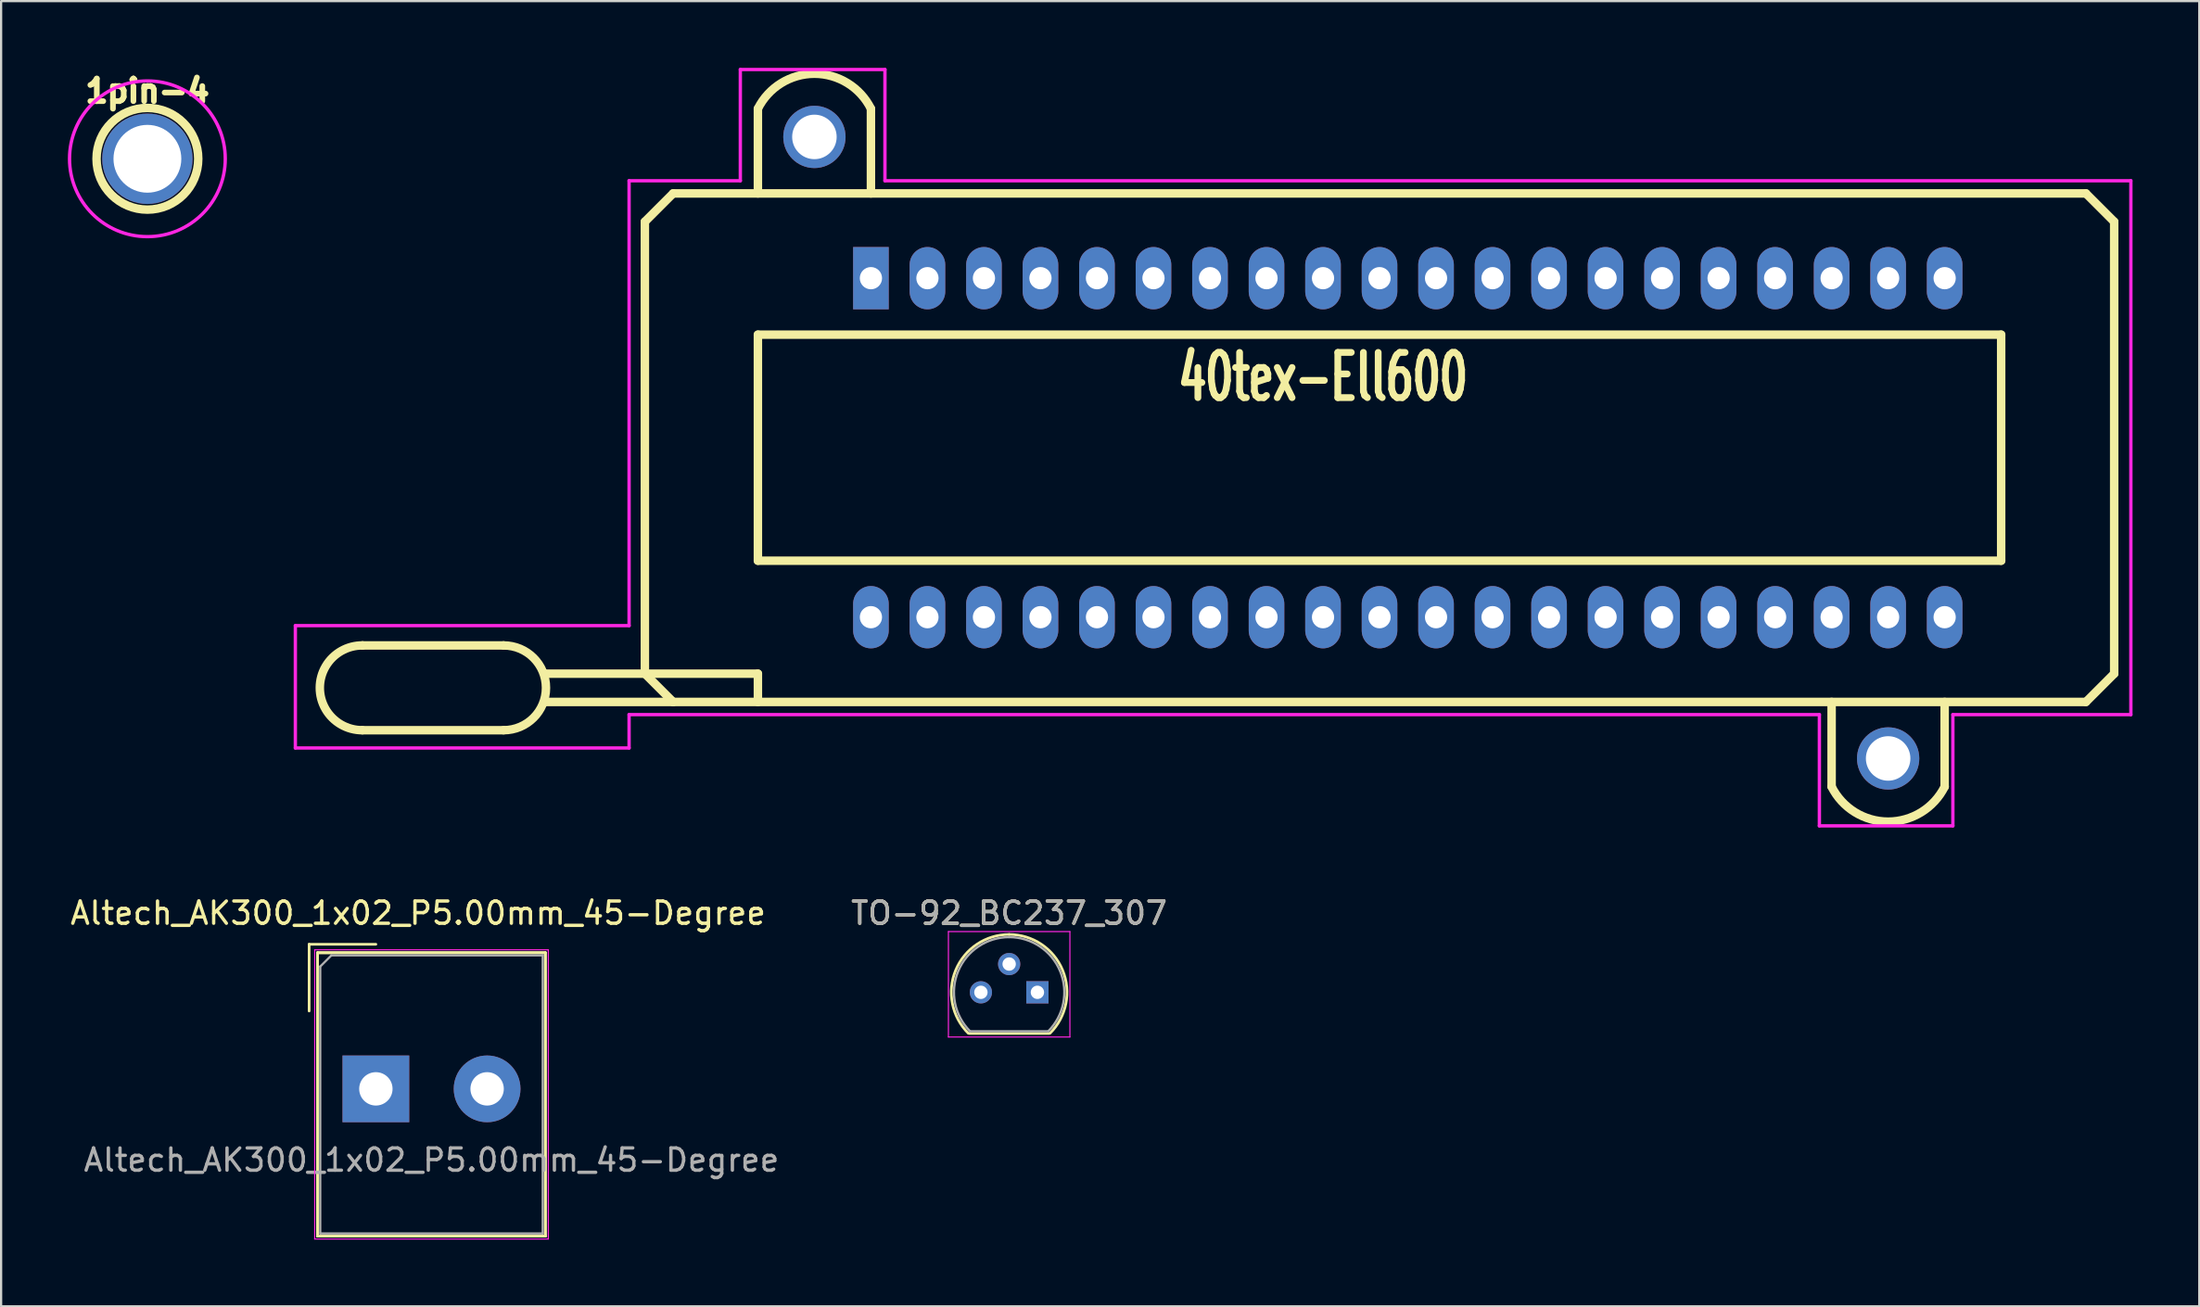
<source format=kicad_pcb>
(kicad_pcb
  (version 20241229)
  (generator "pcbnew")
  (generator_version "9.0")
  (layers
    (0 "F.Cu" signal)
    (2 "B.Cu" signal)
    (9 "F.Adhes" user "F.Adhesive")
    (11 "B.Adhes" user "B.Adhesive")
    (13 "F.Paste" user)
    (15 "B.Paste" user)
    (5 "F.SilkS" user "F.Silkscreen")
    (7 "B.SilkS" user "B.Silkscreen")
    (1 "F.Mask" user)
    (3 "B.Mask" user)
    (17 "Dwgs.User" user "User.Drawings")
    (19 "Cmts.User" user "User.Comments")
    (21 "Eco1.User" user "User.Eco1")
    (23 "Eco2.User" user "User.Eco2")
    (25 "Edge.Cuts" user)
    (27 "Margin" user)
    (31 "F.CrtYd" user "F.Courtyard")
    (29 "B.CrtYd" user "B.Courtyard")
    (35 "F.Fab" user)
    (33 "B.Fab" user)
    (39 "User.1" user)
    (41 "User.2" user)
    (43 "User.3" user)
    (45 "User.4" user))
  (footprint "1pin-4"
    (layer "F.Cu")
    (at 3.575 4.088)
    (property "Reference" "1pin-4" (at 0 -3.048 0) (layer "F.SilkS") (effects (font (size 1.016 1.016) (thickness 0.254))))
    (attr through_hole)
    (fp_circle (center 0 0) (end 0 -2.286) (stroke (width 0.381) (type solid)) (fill no) (layer "F.SilkS"))
    (fp_circle (center 0 0) (end 3.5 0) (stroke (width 0.15) (type solid)) (fill no) (layer "F.CrtYd"))
    (pad "1" thru_hole circle (at 0 0) (size 4.064 4.064) (drill 3.048) (layers "*.Cu" "*.Mask")))
  (footprint "TO-92_BC237_307"
    (layer "F.Cu")
    (at 41.038 41.558)
    (property "Reference" "TO-92_BC237_307" (at 1.27 -3.56 0) (layer "F.SilkS") (effects (font (size 1 1) (thickness 0.15))))
    (attr through_hole)
    (fp_line (start -0.53 1.85) (end 3.07 1.85) (stroke (width 0.12) (type solid)) (layer "F.SilkS"))
    (fp_arc (start -0.568478 1.838478) (mid -1.132087 -0.994977) (end 1.27 -2.6) (stroke (width 0.12) (type solid)) (layer "F.SilkS"))
    (fp_arc (start 1.27 -2.6) (mid 3.672087 -0.994977) (end 3.108478 1.838478) (stroke (width 0.12) (type solid)) (layer "F.SilkS"))
    (fp_line (start -1.46 -2.73) (end -1.46 2.01) (stroke (width 0.05) (type solid)) (layer "F.CrtYd"))
    (fp_line (start -1.46 -2.73) (end 4 -2.73) (stroke (width 0.05) (type solid)) (layer "F.CrtYd"))
    (fp_line (start 4 2.01) (end -1.46 2.01) (stroke (width 0.05) (type solid)) (layer "F.CrtYd"))
    (fp_line (start 4 2.01) (end 4 -2.73) (stroke (width 0.05) (type solid)) (layer "F.CrtYd"))
    (fp_line (start -0.5 1.75) (end 3 1.75) (stroke (width 0.1) (type solid)) (layer "F.Fab"))
    (fp_arc (start -0.483625 1.753625) (mid -1.021221 -0.949055) (end 1.27 -2.48) (stroke (width 0.1) (type solid)) (layer "F.Fab"))
    (fp_arc (start 1.27 -2.48) (mid 3.561221 -0.949055) (end 3.023625 1.753625) (stroke (width 0.1) (type solid)) (layer "F.Fab"))
    (fp_text user "${REFERENCE}" (at 1.27 -3.56 0) (layer "F.Fab") (effects (font (size 1 1) (thickness 0.15))))
    (pad "1" thru_hole rect (at 2.54 0 90) (size 1 1) (drill 0.6) (layers "*.Cu" "*.Mask"))
    (pad "2" thru_hole circle (at 1.27 -1.27 90) (size 1 1) (drill 0.6) (layers "*.Cu" "*.Mask"))
    (pad "3" thru_hole circle (at 0 0 90) (size 1 1) (drill 0.6) (layers "*.Cu" "*.Mask")))
  (footprint "Altech_AK300_1x02_P5.00mm_45-Degree"
    (layer "F.Cu")
    (at 13.844 45.898)
    (property "Reference" "Altech_AK300_1x02_P5.00mm_45-Degree" (at 1.9 -7.9 0) (layer "F.SilkS") (effects (font (size 1 1) (thickness 0.15))))
    (attr through_hole)
    (fp_line (start -3 -6.5) (end 0 -6.5) (stroke (width 0.12) (type solid)) (layer "F.SilkS"))
    (fp_line (start -3 -3.5) (end -3 -6.5) (stroke (width 0.12) (type solid)) (layer "F.SilkS"))
    (fp_line (start -2.62 -6.12) (end -2.62 6.62) (stroke (width 0.12) (type solid)) (layer "F.SilkS"))
    (fp_line (start -2.62 -6.12) (end -2.62 6.62) (stroke (width 0.12) (type solid)) (layer "F.SilkS"))
    (fp_line (start -2.62 -6.12) (end 7.62 -6.12) (stroke (width 0.12) (type solid)) (layer "F.SilkS"))
    (fp_line (start -2.62 -6.12) (end 7.62 -6.12) (stroke (width 0.12) (type solid)) (layer "F.SilkS"))
    (fp_line (start -2.62 6.62) (end 7.62 6.62) (stroke (width 0.12) (type solid)) (layer "F.SilkS"))
    (fp_line (start -2.62 6.62) (end 7.62 6.62) (stroke (width 0.12) (type solid)) (layer "F.SilkS"))
    (fp_line (start 7.62 -6.12) (end 7.62 6.62) (stroke (width 0.12) (type solid)) (layer "F.SilkS"))
    (fp_line (start 7.62 -6.12) (end 7.62 6.62) (stroke (width 0.12) (type solid)) (layer "F.SilkS"))
    (fp_line (start -2.75 -6.25) (end -2.75 6.75) (stroke (width 0.05) (type solid)) (layer "F.CrtYd"))
    (fp_line (start -2.75 -6.25) (end 7.75 -6.25) (stroke (width 0.05) (type solid)) (layer "F.CrtYd"))
    (fp_line (start -2.75 6.75) (end 7.75 6.75) (stroke (width 0.05) (type solid)) (layer "F.CrtYd"))
    (fp_line (start 7.75 -6.25) (end 7.75 6.75) (stroke (width 0.05) (type solid)) (layer "F.CrtYd"))
    (fp_line (start -2.5 -5.5) (end -2 -6) (stroke (width 0.1) (type solid)) (layer "F.Fab"))
    (fp_line (start -2.5 6.5) (end -2.5 -5.5) (stroke (width 0.1) (type solid)) (layer "F.Fab"))
    (fp_line (start -2 -6) (end 7.5 -6) (stroke (width 0.1) (type solid)) (layer "F.Fab"))
    (fp_line (start 7.5 -6) (end 7.5 6.5) (stroke (width 0.1) (type solid)) (layer "F.Fab"))
    (fp_line (start 7.5 6.5) (end -2.5 6.5) (stroke (width 0.1) (type solid)) (layer "F.Fab"))
    (fp_text user "${REFERENCE}" (at 2.5 3.2 0) (layer "F.Fab") (effects (font (size 1 1) (thickness 0.15))))
    (pad "1" thru_hole rect (at 0 0) (size 3 3) (drill 1.5) (layers "*.Cu" "*.Mask"))
    (pad "2" thru_hole circle (at 5 0) (size 3 3) (drill 1.5) (layers "*.Cu" "*.Mask")))
  (footprint "40tex-Ell600"
    (layer "F.Cu")
    (at 60.225 17.075)
    (property "Reference" "40tex-Ell600" (at -3.81 -3.175 0) (layer "F.SilkS") (effects (font (size 2.032 1.27) (thickness 0.305))))
    (attr through_hole)
    (fp_line (start -46.99 12.7) (end -40.64 12.7) (stroke (width 0.381) (type solid)) (layer "F.SilkS"))
    (fp_line (start -40.64 8.89) (end -46.99 8.89) (stroke (width 0.381) (type solid)) (layer "F.SilkS"))
    (fp_line (start -38.735 10.16) (end -29.21 10.16) (stroke (width 0.381) (type solid)) (layer "F.SilkS"))
    (fp_line (start -38.735 11.43) (end -33.02 11.43) (stroke (width 0.381) (type solid)) (layer "F.SilkS"))
    (fp_line (start -34.29 -10.16) (end -33.02 -11.43) (stroke (width 0.381) (type solid)) (layer "F.SilkS"))
    (fp_line (start -34.29 10.16) (end -34.29 -10.16) (stroke (width 0.381) (type solid)) (layer "F.SilkS"))
    (fp_line (start -33.02 -11.43) (end 30.48 -11.43) (stroke (width 0.381) (type solid)) (layer "F.SilkS"))
    (fp_line (start -33.02 11.43) (end -34.29 10.16) (stroke (width 0.381) (type solid)) (layer "F.SilkS"))
    (fp_line (start -29.21 -15.24) (end -29.21 -11.43) (stroke (width 0.381) (type solid)) (layer "F.SilkS"))
    (fp_line (start -29.21 -5.08) (end 26.67 -5.08) (stroke (width 0.381) (type solid)) (layer "F.SilkS"))
    (fp_line (start -29.21 5.08) (end -29.21 -5.08) (stroke (width 0.381) (type solid)) (layer "F.SilkS"))
    (fp_line (start -29.21 10.16) (end -29.21 11.43) (stroke (width 0.381) (type solid)) (layer "F.SilkS"))
    (fp_line (start -24.13 -11.43) (end -24.13 -15.24) (stroke (width 0.381) (type solid)) (layer "F.SilkS"))
    (fp_line (start 19.05 15.24) (end 19.05 11.43) (stroke (width 0.381) (type solid)) (layer "F.SilkS"))
    (fp_line (start 24.13 11.43) (end 24.13 15.24) (stroke (width 0.381) (type solid)) (layer "F.SilkS"))
    (fp_line (start 26.67 -5.08) (end 26.67 5.08) (stroke (width 0.381) (type solid)) (layer "F.SilkS"))
    (fp_line (start 26.67 5.08) (end -29.21 5.08) (stroke (width 0.381) (type solid)) (layer "F.SilkS"))
    (fp_line (start 30.48 -11.43) (end 31.75 -10.16) (stroke (width 0.381) (type solid)) (layer "F.SilkS"))
    (fp_line (start 30.48 11.43) (end -33.02 11.43) (stroke (width 0.381) (type solid)) (layer "F.SilkS"))
    (fp_line (start 31.75 -10.16) (end 31.75 10.16) (stroke (width 0.381) (type solid)) (layer "F.SilkS"))
    (fp_line (start 31.75 10.16) (end 30.48 11.43) (stroke (width 0.381) (type solid)) (layer "F.SilkS"))
    (fp_arc (start -46.99 12.700051) (mid -48.895038 10.788) (end -46.976 8.89) (stroke (width 0.381) (type solid)) (layer "F.SilkS"))
    (fp_arc (start -40.64 8.89) (mid -38.735 10.795) (end -40.64 12.7) (stroke (width 0.381) (type solid)) (layer "F.SilkS"))
    (fp_arc (start -29.210665 -15.238665) (mid -26.670746 -16.809804) (end -24.130001 -15.239999) (stroke (width 0.381) (type solid)) (layer "F.SilkS"))
    (fp_arc (start 24.130665 15.238665) (mid 21.590746 16.809804) (end 19.050001 15.239999) (stroke (width 0.381) (type solid)) (layer "F.SilkS"))
    (fp_line (start -50 8) (end -35 8) (stroke (width 0.15) (type solid)) (layer "F.CrtYd"))
    (fp_line (start -50 13.5) (end -50 8) (stroke (width 0.15) (type solid)) (layer "F.CrtYd"))
    (fp_line (start -35 -12) (end -30 -12) (stroke (width 0.15) (type solid)) (layer "F.CrtYd"))
    (fp_line (start -35 8) (end -35 -12) (stroke (width 0.15) (type solid)) (layer "F.CrtYd"))
    (fp_line (start -35 12) (end -35 13.5) (stroke (width 0.15) (type solid)) (layer "F.CrtYd"))
    (fp_line (start -35 13.5) (end -50 13.5) (stroke (width 0.15) (type solid)) (layer "F.CrtYd"))
    (fp_line (start -30 -17) (end -23.5 -17) (stroke (width 0.15) (type solid)) (layer "F.CrtYd"))
    (fp_line (start -30 -12) (end -30 -17) (stroke (width 0.15) (type solid)) (layer "F.CrtYd"))
    (fp_line (start -23.5 -17) (end -23.5 -12) (stroke (width 0.15) (type solid)) (layer "F.CrtYd"))
    (fp_line (start -23.5 -12) (end 32.5 -12) (stroke (width 0.15) (type solid)) (layer "F.CrtYd"))
    (fp_line (start 18.5 12) (end -35 12) (stroke (width 0.15) (type solid)) (layer "F.CrtYd"))
    (fp_line (start 18.5 17) (end 18.5 12) (stroke (width 0.15) (type solid)) (layer "F.CrtYd"))
    (fp_line (start 24.5 12) (end 24.5 17) (stroke (width 0.15) (type solid)) (layer "F.CrtYd"))
    (fp_line (start 24.5 17) (end 18.5 17) (stroke (width 0.15) (type solid)) (layer "F.CrtYd"))
    (fp_line (start 32.5 -12) (end 32.5 12) (stroke (width 0.15) (type solid)) (layer "F.CrtYd"))
    (fp_line (start 32.5 12) (end 24.5 12) (stroke (width 0.15) (type solid)) (layer "F.CrtYd"))
    (pad "1" thru_hole oval (at -24.13 7.62) (size 1.6 2.8) (drill 1) (layers "*.Cu" "*.Mask"))
    (pad "2" thru_hole oval (at -21.59 7.62) (size 1.6 2.8) (drill 1) (layers "*.Cu" "*.Mask"))
    (pad "3" thru_hole oval (at -19.05 7.62) (size 1.6 2.8) (drill 1) (layers "*.Cu" "*.Mask"))
    (pad "4" thru_hole oval (at -16.51 7.62) (size 1.6 2.8) (drill 1) (layers "*.Cu" "*.Mask"))
    (pad "5" thru_hole oval (at -13.97 7.62) (size 1.6 2.8) (drill 1) (layers "*.Cu" "*.Mask"))
    (pad "6" thru_hole oval (at -11.43 7.62) (size 1.6 2.8) (drill 1) (layers "*.Cu" "*.Mask"))
    (pad "7" thru_hole oval (at -8.89 7.62) (size 1.6 2.8) (drill 1) (layers "*.Cu" "*.Mask"))
    (pad "8" thru_hole oval (at -6.35 7.62) (size 1.6 2.8) (drill 1) (layers "*.Cu" "*.Mask"))
    (pad "9" thru_hole oval (at -3.81 7.62) (size 1.6 2.8) (drill 1) (layers "*.Cu" "*.Mask"))
    (pad "10" thru_hole oval (at -1.27 7.62) (size 1.6 2.8) (drill 1) (layers "*.Cu" "*.Mask"))
    (pad "11" thru_hole oval (at 1.27 7.62) (size 1.6 2.8) (drill 1) (layers "*.Cu" "*.Mask"))
    (pad "12" thru_hole oval (at 3.81 7.62) (size 1.6 2.8) (drill 1) (layers "*.Cu" "*.Mask"))
    (pad "13" thru_hole oval (at 6.35 7.62) (size 1.6 2.8) (drill 1) (layers "*.Cu" "*.Mask"))
    (pad "14" thru_hole oval (at 8.89 7.62) (size 1.6 2.8) (drill 1) (layers "*.Cu" "*.Mask"))
    (pad "15" thru_hole oval (at 11.43 7.62) (size 1.6 2.8) (drill 1) (layers "*.Cu" "*.Mask"))
    (pad "16" thru_hole oval (at 13.97 7.62) (size 1.6 2.8) (drill 1) (layers "*.Cu" "*.Mask"))
    (pad "17" thru_hole oval (at 16.51 7.62) (size 1.6 2.8) (drill 1) (layers "*.Cu" "*.Mask"))
    (pad "18" thru_hole oval (at 19.05 7.62) (size 1.6 2.8) (drill 1) (layers "*.Cu" "*.Mask"))
    (pad "19" thru_hole oval (at 21.59 7.62) (size 1.6 2.8) (drill 1) (layers "*.Cu" "*.Mask"))
    (pad "20" thru_hole oval (at 24.13 7.62) (size 1.6 2.8) (drill 1) (layers "*.Cu" "*.Mask"))
    (pad "21" thru_hole oval (at 24.13 -7.62) (size 1.6 2.8) (drill 1) (layers "*.Cu" "*.Mask"))
    (pad "22" thru_hole oval (at 21.59 -7.62) (size 1.6 2.8) (drill 1) (layers "*.Cu" "*.Mask"))
    (pad "23" thru_hole oval (at 19.05 -7.62) (size 1.6 2.8) (drill 1) (layers "*.Cu" "*.Mask"))
    (pad "24" thru_hole oval (at 16.51 -7.62) (size 1.6 2.8) (drill 1) (layers "*.Cu" "*.Mask"))
    (pad "25" thru_hole oval (at 13.97 -7.62) (size 1.6 2.8) (drill 1) (layers "*.Cu" "*.Mask"))
    (pad "26" thru_hole oval (at 11.43 -7.62) (size 1.6 2.8) (drill 1) (layers "*.Cu" "*.Mask"))
    (pad "27" thru_hole oval (at 8.89 -7.62) (size 1.6 2.8) (drill 1) (layers "*.Cu" "*.Mask"))
    (pad "28" thru_hole oval (at 6.35 -7.62) (size 1.6 2.8) (drill 1) (layers "*.Cu" "*.Mask"))
    (pad "29" thru_hole oval (at 3.81 -7.62) (size 1.6 2.8) (drill 1) (layers "*.Cu" "*.Mask"))
    (pad "30" thru_hole oval (at 1.27 -7.62) (size 1.6 2.8) (drill 1) (layers "*.Cu" "*.Mask"))
    (pad "31" thru_hole oval (at -1.27 -7.62) (size 1.6 2.8) (drill 1) (layers "*.Cu" "*.Mask"))
    (pad "32" thru_hole oval (at -3.81 -7.62) (size 1.6 2.8) (drill 1) (layers "*.Cu" "*.Mask"))
    (pad "33" thru_hole oval (at -6.35 -7.62) (size 1.6 2.8) (drill 1) (layers "*.Cu" "*.Mask"))
    (pad "34" thru_hole oval (at -8.89 -7.62) (size 1.6 2.8) (drill 1) (layers "*.Cu" "*.Mask"))
    (pad "35" thru_hole oval (at -11.43 -7.62) (size 1.6 2.8) (drill 1) (layers "*.Cu" "*.Mask"))
    (pad "36" thru_hole oval (at -13.97 -7.62) (size 1.6 2.8) (drill 1) (layers "*.Cu" "*.Mask"))
    (pad "37" thru_hole oval (at -16.51 -7.62) (size 1.6 2.8) (drill 1) (layers "*.Cu" "*.Mask"))
    (pad "38" thru_hole oval (at -19.05 -7.62) (size 1.6 2.8) (drill 1) (layers "*.Cu" "*.Mask"))
    (pad "39" thru_hole oval (at -21.59 -7.62) (size 1.6 2.8) (drill 1) (layers "*.Cu" "*.Mask"))
    (pad "40" thru_hole rect (at -24.13 -7.62) (size 1.6 2.8) (drill 1) (layers "*.Cu" "*.Mask"))
    (pad "HOLE" thru_hole circle (at -26.67 -13.97) (size 2.8 2.8) (drill 2) (layers "*.Cu" "*.Mask"))
    (pad "HOLE" thru_hole circle (at 21.59 13.97) (size 2.8 2.8) (drill 2) (layers "*.Cu" "*.Mask")))
  (gr_rect
    (start -3 -3)
    (end 95.8 55.673)
    (stroke (width 0.1) (type default))
    (fill no)
    (layer "Edge.Cuts")))
</source>
